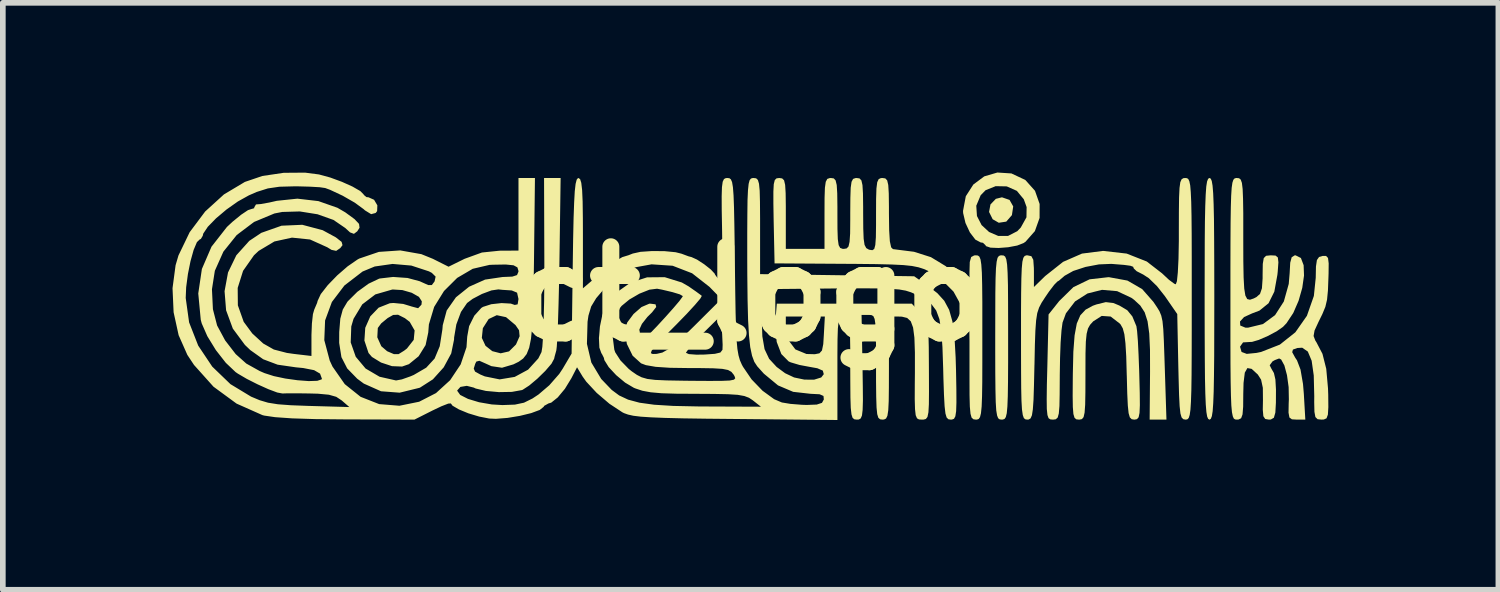
<source format=kicad_pcb>
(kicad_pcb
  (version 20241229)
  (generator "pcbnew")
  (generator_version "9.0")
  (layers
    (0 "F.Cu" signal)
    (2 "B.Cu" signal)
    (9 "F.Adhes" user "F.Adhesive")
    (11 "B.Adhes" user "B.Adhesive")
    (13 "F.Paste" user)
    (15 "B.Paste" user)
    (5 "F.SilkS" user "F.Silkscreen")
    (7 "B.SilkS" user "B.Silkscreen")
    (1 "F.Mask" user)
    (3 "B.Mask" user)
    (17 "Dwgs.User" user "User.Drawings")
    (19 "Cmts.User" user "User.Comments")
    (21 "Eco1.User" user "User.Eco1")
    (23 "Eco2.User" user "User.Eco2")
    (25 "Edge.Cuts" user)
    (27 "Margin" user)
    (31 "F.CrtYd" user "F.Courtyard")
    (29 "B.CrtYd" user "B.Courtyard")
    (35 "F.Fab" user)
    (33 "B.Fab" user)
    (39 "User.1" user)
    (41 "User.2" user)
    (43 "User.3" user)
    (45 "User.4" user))
  (footprint "ct_logo"
    (layer "F.Cu")
    (at 10.216 2.147)
    (property "Reference" "ct_logo" (at 0 0 0) (layer "F.SilkS") (effects (font (size 1.524 1.524) (thickness 0.3))))
    (attr board_only exclude_from_pos_files exclude_from_bom)
    (fp_poly (pts (xy 4.581 -1.663) (xy 4.646 -1.548) (xy 4.623 -1.395) (xy 4.623 -1.394) (xy 4.523 -1.279) (xy 4.391 -1.259) (xy 4.283 -1.321) (xy 4.219 -1.45) (xy 4.244 -1.583) (xy 4.339 -1.682) (xy 4.447 -1.709)) (stroke (width 0) (type solid)) (fill yes) (layer "F.SilkS"))
    (fp_poly (pts (xy 4.477 -0.68) (xy 4.504 -0.66) (xy 4.524 -0.611) (xy 4.538 -0.52) (xy 4.547 -0.373) (xy 4.553 -0.159) (xy 4.555 0.137) (xy 4.556 0.527) (xy 4.556 0.769) (xy 4.556 1.212) (xy 4.554 1.555) (xy 4.55 1.81) (xy 4.543 1.99) (xy 4.532 2.108) (xy 4.515 2.177) (xy 4.492 2.21) (xy 4.461 2.22) (xy 4.442 2.221) (xy 4.407 2.217) (xy 4.38 2.197) (xy 4.361 2.148) (xy 4.346 2.057) (xy 4.337 1.911) (xy 4.332 1.696) (xy 4.329 1.4) (xy 4.328 1.011) (xy 4.328 0.769) (xy 4.329 0.325) (xy 4.33 -0.017) (xy 4.334 -0.272) (xy 4.341 -0.452) (xy 4.353 -0.57) (xy 4.369 -0.639) (xy 4.393 -0.672) (xy 4.423 -0.683) (xy 4.442 -0.683)) (stroke (width 0) (type solid)) (fill yes) (layer "F.SilkS"))
    (fp_poly (pts (xy 8.138 -2.039) (xy 8.156 -1.997) (xy 8.17 -1.915) (xy 8.181 -1.782) (xy 8.189 -1.588) (xy 8.195 -1.323) (xy 8.198 -0.977) (xy 8.2 -0.538) (xy 8.201 0.002) (xy 8.201 0.085) (xy 8.2 0.641) (xy 8.199 1.093) (xy 8.195 1.452) (xy 8.19 1.727) (xy 8.182 1.93) (xy 8.172 2.071) (xy 8.158 2.159) (xy 8.14 2.206) (xy 8.119 2.221) (xy 8.115 2.221) (xy 8.093 2.209) (xy 8.075 2.168) (xy 8.061 2.086) (xy 8.05 1.953) (xy 8.042 1.759) (xy 8.036 1.494) (xy 8.033 1.148) (xy 8.031 0.709) (xy 8.03 0.169) (xy 8.03 0.085) (xy 8.031 -0.47) (xy 8.032 -0.922) (xy 8.035 -1.281) (xy 8.041 -1.556) (xy 8.049 -1.759) (xy 8.059 -1.9) (xy 8.073 -1.988) (xy 8.091 -2.035) (xy 8.112 -2.05) (xy 8.115 -2.05)) (stroke (width 0) (type solid)) (fill yes) (layer "F.SilkS"))
    (fp_poly (pts (xy 4.614 -2.131) (xy 4.855 -2.018) (xy 4.864 -2.011) (xy 5.031 -1.824) (xy 5.113 -1.591) (xy 5.112 -1.344) (xy 5.029 -1.111) (xy 4.864 -0.924) (xy 4.829 -0.9) (xy 4.716 -0.856) (xy 4.556 -0.826) (xy 4.387 -0.813) (xy 4.244 -0.819) (xy 4.164 -0.846) (xy 4.157 -0.861) (xy 4.111 -0.905) (xy 4.071 -0.911) (xy 3.977 -0.961) (xy 3.88 -1.088) (xy 3.802 -1.255) (xy 3.761 -1.429) (xy 3.759 -1.469) (xy 3.776 -1.56) (xy 3.993 -1.56) (xy 4.005 -1.378) (xy 4.087 -1.218) (xy 4.219 -1.096) (xy 4.381 -1.026) (xy 4.554 -1.026) (xy 4.718 -1.11) (xy 4.78 -1.175) (xy 4.88 -1.355) (xy 4.883 -1.536) (xy 4.833 -1.674) (xy 4.71 -1.823) (xy 4.532 -1.902) (xy 4.336 -1.906) (xy 4.157 -1.834) (xy 4.071 -1.746) (xy 3.993 -1.56) (xy 3.776 -1.56) (xy 3.808 -1.728) (xy 3.941 -1.935) (xy 4.134 -2.079) (xy 4.366 -2.147)) (stroke (width 0) (type solid)) (fill yes) (layer "F.SilkS"))
    (fp_poly (pts (xy 6.343 -0.296) (xy 6.665 -0.237) (xy 6.926 -0.086) (xy 7.123 0.138) (xy 7.185 0.23) (xy 7.231 0.304) (xy 7.263 0.382) (xy 7.285 0.481) (xy 7.299 0.623) (xy 7.309 0.826) (xy 7.319 1.11) (xy 7.327 1.353) (xy 7.355 2.221) (xy 7.058 2.221) (xy 7.065 1.374) (xy 7.064 0.988) (xy 7.051 0.698) (xy 7.021 0.483) (xy 6.97 0.324) (xy 6.892 0.204) (xy 6.783 0.103) (xy 6.735 0.068) (xy 6.483 -0.05) (xy 6.216 -0.073) (xy 5.96 -0.009) (xy 5.739 0.132) (xy 5.578 0.342) (xy 5.518 0.506) (xy 5.5 0.641) (xy 5.484 0.86) (xy 5.474 1.135) (xy 5.469 1.436) (xy 5.469 1.466) (xy 5.467 1.772) (xy 5.463 1.981) (xy 5.452 2.113) (xy 5.432 2.185) (xy 5.399 2.215) (xy 5.352 2.221) (xy 5.347 2.221) (xy 5.302 2.217) (xy 5.271 2.196) (xy 5.251 2.14) (xy 5.24 2.034) (xy 5.238 1.861) (xy 5.241 1.604) (xy 5.249 1.291) (xy 5.271 0.362) (xy 5.459 0.125) (xy 5.71 -0.121) (xy 5.996 -0.259) (xy 6.328 -0.297)) (stroke (width 0) (type solid)) (fill yes) (layer "F.SilkS"))
    (fp_poly (pts (xy 6.417 0.16) (xy 6.522 0.204) (xy 6.662 0.287) (xy 6.752 0.397) (xy 6.824 0.57) (xy 6.836 0.656) (xy 6.85 0.832) (xy 6.862 1.075) (xy 6.873 1.361) (xy 6.875 1.438) (xy 6.883 1.75) (xy 6.885 1.966) (xy 6.879 2.103) (xy 6.863 2.18) (xy 6.834 2.213) (xy 6.792 2.221) (xy 6.784 2.221) (xy 6.74 2.214) (xy 6.708 2.182) (xy 6.686 2.107) (xy 6.672 1.972) (xy 6.662 1.76) (xy 6.654 1.451) (xy 6.653 1.43) (xy 6.644 1.103) (xy 6.63 0.87) (xy 6.611 0.712) (xy 6.583 0.608) (xy 6.544 0.539) (xy 6.531 0.524) (xy 6.369 0.399) (xy 6.21 0.388) (xy 6.059 0.485) (xy 6.005 0.545) (xy 5.968 0.61) (xy 5.944 0.703) (xy 5.93 0.843) (xy 5.924 1.052) (xy 5.923 1.349) (xy 5.923 1.421) (xy 5.922 1.737) (xy 5.918 1.957) (xy 5.908 2.097) (xy 5.89 2.177) (xy 5.861 2.212) (xy 5.818 2.221) (xy 5.807 2.221) (xy 5.761 2.216) (xy 5.73 2.189) (xy 5.71 2.122) (xy 5.7 1.999) (xy 5.697 1.802) (xy 5.699 1.514) (xy 5.7 1.41) (xy 5.709 1.022) (xy 5.731 0.732) (xy 5.77 0.522) (xy 5.833 0.376) (xy 5.926 0.277) (xy 6.053 0.208) (xy 6.117 0.185) (xy 6.283 0.144)) (stroke (width 0) (type solid)) (fill yes) (layer "F.SilkS"))
    (fp_poly (pts (xy 7.718 -2.047) (xy 7.741 -2.032) (xy 7.76 -1.992) (xy 7.775 -1.919) (xy 7.785 -1.8) (xy 7.793 -1.626) (xy 7.798 -1.385) (xy 7.801 -1.067) (xy 7.802 -0.661) (xy 7.802 -0.156) (xy 7.802 0.085) (xy 7.802 0.635) (xy 7.801 1.081) (xy 7.799 1.434) (xy 7.795 1.706) (xy 7.788 1.907) (xy 7.779 2.047) (xy 7.766 2.138) (xy 7.749 2.191) (xy 7.728 2.214) (xy 7.701 2.221) (xy 7.693 2.221) (xy 7.653 2.214) (xy 7.623 2.183) (xy 7.602 2.112) (xy 7.588 1.984) (xy 7.578 1.783) (xy 7.57 1.493) (xy 7.565 1.288) (xy 7.546 0.355) (xy 7.329 0.041) (xy 7.188 -0.138) (xy 7.043 -0.279) (xy 6.945 -0.343) (xy 6.829 -0.402) (xy 6.777 -0.451) (xy 6.777 -0.453) (xy 6.766 -0.481) (xy 6.717 -0.499) (xy 6.605 -0.514) (xy 6.407 -0.53) (xy 6.378 -0.532) (xy 6.162 -0.523) (xy 5.924 -0.478) (xy 5.707 -0.407) (xy 5.555 -0.322) (xy 5.539 -0.308) (xy 5.455 -0.236) (xy 5.426 -0.219) (xy 5.372 -0.164) (xy 5.28 -0.044) (xy 5.211 0.057) (xy 5.148 0.154) (xy 5.103 0.241) (xy 5.071 0.338) (xy 5.051 0.466) (xy 5.038 0.646) (xy 5.029 0.897) (xy 5.022 1.241) (xy 5.021 1.267) (xy 5.013 1.617) (xy 5.005 1.87) (xy 4.993 2.04) (xy 4.977 2.144) (xy 4.953 2.199) (xy 4.92 2.219) (xy 4.893 2.221) (xy 4.86 2.216) (xy 4.834 2.194) (xy 4.815 2.14) (xy 4.801 2.042) (xy 4.792 1.887) (xy 4.787 1.663) (xy 4.785 1.355) (xy 4.784 0.951) (xy 4.784 0.769) (xy 4.784 0.325) (xy 4.786 -0.017) (xy 4.79 -0.272) (xy 4.797 -0.452) (xy 4.808 -0.57) (xy 4.825 -0.639) (xy 4.848 -0.672) (xy 4.879 -0.683) (xy 4.898 -0.683) (xy 4.967 -0.668) (xy 5.001 -0.604) (xy 5.011 -0.462) (xy 5.012 -0.403) (xy 5.012 -0.123) (xy 5.211 -0.317) (xy 5.528 -0.568) (xy 5.862 -0.714) (xy 6.231 -0.761) (xy 6.24 -0.761) (xy 6.652 -0.714) (xy 7.007 -0.574) (xy 7.277 -0.365) (xy 7.399 -0.251) (xy 7.494 -0.181) (xy 7.52 -0.171) (xy 7.54 -0.225) (xy 7.556 -0.38) (xy 7.568 -0.621) (xy 7.574 -0.934) (xy 7.574 -1.111) (xy 7.575 -1.457) (xy 7.578 -1.706) (xy 7.586 -1.874) (xy 7.6 -1.976) (xy 7.623 -2.028) (xy 7.656 -2.048) (xy 7.688 -2.05)) (stroke (width 0) (type solid)) (fill yes) (layer "F.SilkS"))
    (fp_poly (pts (xy 2.385 -2.043) (xy 2.418 -2.008) (xy 2.437 -1.926) (xy 2.446 -1.777) (xy 2.449 -1.542) (xy 2.449 -1.424) (xy 2.453 -1.127) (xy 2.465 -0.932) (xy 2.488 -0.825) (xy 2.52 -0.793) (xy 2.892 -0.746) (xy 3.191 -0.651) (xy 3.453 -0.492) (xy 3.659 -0.311) (xy 3.873 -0.101) (xy 3.873 -0.392) (xy 3.878 -0.565) (xy 3.903 -0.653) (xy 3.957 -0.682) (xy 3.987 -0.683) (xy 4.021 -0.68) (xy 4.048 -0.66) (xy 4.068 -0.611) (xy 4.082 -0.52) (xy 4.092 -0.373) (xy 4.097 -0.159) (xy 4.1 0.137) (xy 4.1 0.527) (xy 4.1 0.769) (xy 4.1 1.212) (xy 4.099 1.555) (xy 4.095 1.81) (xy 4.088 1.99) (xy 4.076 2.108) (xy 4.059 2.177) (xy 4.036 2.21) (xy 4.006 2.22) (xy 3.987 2.221) (xy 3.942 2.215) (xy 3.911 2.187) (xy 3.891 2.118) (xy 3.879 1.991) (xy 3.874 1.791) (xy 3.873 1.498) (xy 3.873 1.395) (xy 3.873 1.066) (xy 3.873 0.831) (xy 3.871 0.67) (xy 3.865 0.562) (xy 3.853 0.489) (xy 3.834 0.43) (xy 3.807 0.364) (xy 3.779 0.3) (xy 3.591 -0.041) (xy 3.344 -0.289) (xy 3.16 -0.399) (xy 3.067 -0.441) (xy 2.971 -0.472) (xy 2.856 -0.495) (xy 2.704 -0.511) (xy 2.497 -0.521) (xy 2.218 -0.528) (xy 1.85 -0.532) (xy 1.663 -0.533) (xy 0.427 -0.541) (xy 0.411 -1.296) (xy 0.406 -1.601) (xy 0.406 -1.81) (xy 0.413 -1.942) (xy 0.431 -2.014) (xy 0.462 -2.044) (xy 0.508 -2.05) (xy 0.511 -2.05) (xy 0.561 -2.043) (xy 0.595 -2.01) (xy 0.614 -1.929) (xy 0.623 -1.783) (xy 0.626 -1.55) (xy 0.626 -1.424) (xy 0.626 -0.797) (xy 1.31 -0.797) (xy 1.31 -1.424) (xy 1.311 -1.698) (xy 1.317 -1.878) (xy 1.332 -1.983) (xy 1.359 -2.034) (xy 1.402 -2.049) (xy 1.424 -2.05) (xy 1.474 -2.043) (xy 1.506 -2.008) (xy 1.526 -1.926) (xy 1.535 -1.777) (xy 1.538 -1.542) (xy 1.538 -1.424) (xy 1.539 -1.15) (xy 1.545 -0.97) (xy 1.56 -0.864) (xy 1.587 -0.814) (xy 1.63 -0.798) (xy 1.652 -0.797) (xy 1.701 -0.805) (xy 1.734 -0.839) (xy 1.753 -0.921) (xy 1.763 -1.07) (xy 1.765 -1.306) (xy 1.765 -1.424) (xy 1.767 -1.698) (xy 1.773 -1.878) (xy 1.788 -1.983) (xy 1.815 -2.034) (xy 1.858 -2.049) (xy 1.879 -2.05) (xy 1.929 -2.043) (xy 1.962 -2.008) (xy 1.981 -1.925) (xy 1.99 -1.776) (xy 1.993 -1.539) (xy 1.993 -1.43) (xy 1.995 -1.157) (xy 2.002 -0.976) (xy 2.018 -0.868) (xy 2.048 -0.811) (xy 2.093 -0.785) (xy 2.107 -0.781) (xy 2.156 -0.774) (xy 2.189 -0.796) (xy 2.208 -0.866) (xy 2.218 -1.001) (xy 2.221 -1.221) (xy 2.221 -1.401) (xy 2.222 -1.681) (xy 2.228 -1.866) (xy 2.242 -1.976) (xy 2.268 -2.031) (xy 2.308 -2.049) (xy 2.335 -2.05)) (stroke (width 0) (type solid)) (fill yes) (layer "F.SilkS"))
    (fp_poly (pts (xy 8.639 -2.046) (xy 8.668 -2.022) (xy 8.689 -1.963) (xy 8.702 -1.855) (xy 8.709 -1.683) (xy 8.713 -1.431) (xy 8.713 -1.084) (xy 8.713 -0.968) (xy 8.714 -0.581) (xy 8.719 -0.294) (xy 8.73 -0.096) (xy 8.75 0.028) (xy 8.783 0.09) (xy 8.831 0.102) (xy 8.898 0.079) (xy 8.945 0.055) (xy 9.009 -0.001) (xy 9.043 -0.101) (xy 9.055 -0.275) (xy 9.055 -0.344) (xy 9.058 -0.532) (xy 9.075 -0.634) (xy 9.116 -0.675) (xy 9.195 -0.683) (xy 9.203 -0.683) (xy 9.283 -0.679) (xy 9.324 -0.646) (xy 9.334 -0.56) (xy 9.322 -0.393) (xy 9.316 -0.338) (xy 9.262 -0.041) (xy 9.16 0.164) (xy 8.999 0.294) (xy 8.87 0.343) (xy 8.727 0.408) (xy 8.655 0.487) (xy 8.66 0.558) (xy 8.75 0.595) (xy 8.797 0.596) (xy 9.061 0.532) (xy 9.275 0.374) (xy 9.43 0.133) (xy 9.517 -0.178) (xy 9.533 -0.368) (xy 9.543 -0.553) (xy 9.569 -0.649) (xy 9.62 -0.682) (xy 9.638 -0.683) (xy 9.732 -0.636) (xy 9.78 -0.509) (xy 9.787 -0.326) (xy 9.756 -0.108) (xy 9.691 0.12) (xy 9.597 0.336) (xy 9.477 0.517) (xy 9.415 0.582) (xy 9.303 0.66) (xy 9.146 0.743) (xy 8.987 0.812) (xy 8.868 0.847) (xy 8.843 0.848) (xy 8.709 0.856) (xy 8.657 0.93) (xy 8.657 0.936) (xy 8.683 1.025) (xy 8.774 1.059) (xy 8.946 1.042) (xy 9.028 1.025) (xy 9.36 0.895) (xy 9.634 0.677) (xy 9.838 0.386) (xy 9.961 0.035) (xy 9.994 -0.285) (xy 9.998 -0.486) (xy 10.015 -0.6) (xy 10.053 -0.654) (xy 10.114 -0.672) (xy 10.176 -0.673) (xy 10.211 -0.637) (xy 10.223 -0.541) (xy 10.221 -0.361) (xy 10.219 -0.302) (xy 10.21 -0.063) (xy 10.194 0.101) (xy 10.164 0.228) (xy 10.111 0.356) (xy 10.044 0.492) (xy 9.973 0.646) (xy 9.956 0.743) (xy 9.987 0.824) (xy 10.006 0.853) (xy 10.113 1.058) (xy 10.18 1.323) (xy 10.211 1.669) (xy 10.215 1.78) (xy 10.217 2.001) (xy 10.209 2.133) (xy 10.185 2.198) (xy 10.138 2.219) (xy 10.094 2.221) (xy 10.027 2.214) (xy 9.988 2.176) (xy 9.971 2.084) (xy 9.967 1.913) (xy 9.968 1.808) (xy 9.959 1.441) (xy 9.922 1.18) (xy 9.854 1.018) (xy 9.755 0.95) (xy 9.669 0.955) (xy 9.591 0.983) (xy 9.578 1.029) (xy 9.631 1.126) (xy 9.663 1.174) (xy 9.725 1.336) (xy 9.769 1.591) (xy 9.784 1.77) (xy 9.81 2.221) (xy 9.657 2.221) (xy 9.573 2.216) (xy 9.529 2.184) (xy 9.513 2.098) (xy 9.516 1.933) (xy 9.519 1.864) (xy 9.515 1.646) (xy 9.486 1.436) (xy 9.44 1.264) (xy 9.383 1.159) (xy 9.347 1.14) (xy 9.273 1.168) (xy 9.23 1.192) (xy 9.18 1.26) (xy 9.21 1.32) (xy 9.255 1.398) (xy 9.281 1.512) (xy 9.291 1.688) (xy 9.29 1.922) (xy 9.28 2.098) (xy 9.254 2.188) (xy 9.201 2.219) (xy 9.166 2.221) (xy 9.101 2.21) (xy 9.068 2.161) (xy 9.058 2.046) (xy 9.061 1.88) (xy 9.059 1.659) (xy 9.028 1.515) (xy 8.97 1.424) (xy 8.861 1.324) (xy 8.786 1.31) (xy 8.74 1.391) (xy 8.718 1.572) (xy 8.713 1.765) (xy 8.711 1.992) (xy 8.7 2.129) (xy 8.675 2.197) (xy 8.63 2.219) (xy 8.6 2.221) (xy 8.57 2.218) (xy 8.546 2.203) (xy 8.528 2.163) (xy 8.513 2.09) (xy 8.502 1.971) (xy 8.495 1.797) (xy 8.49 1.556) (xy 8.487 1.238) (xy 8.486 0.832) (xy 8.486 0.327) (xy 8.486 0.085) (xy 8.486 -0.464) (xy 8.487 -0.909) (xy 8.489 -1.263) (xy 8.493 -1.534) (xy 8.499 -1.735) (xy 8.508 -1.876) (xy 8.521 -1.967) (xy 8.538 -2.019) (xy 8.56 -2.043) (xy 8.587 -2.05) (xy 8.6 -2.05)) (stroke (width 0) (type solid)) (fill yes) (layer "F.SilkS"))
    (fp_poly (pts (xy -7.627 -2.113) (xy -7.429 -2.059) (xy -7.222 -1.983) (xy -7.035 -1.899) (xy -6.896 -1.819) (xy -6.835 -1.757) (xy -6.834 -1.751) (xy -6.788 -1.713) (xy -6.751 -1.709) (xy -6.653 -1.665) (xy -6.595 -1.567) (xy -6.599 -1.465) (xy -6.625 -1.432) (xy -6.705 -1.411) (xy -6.814 -1.478) (xy -6.837 -1.499) (xy -6.994 -1.614) (xy -7.208 -1.737) (xy -7.43 -1.841) (xy -7.517 -1.873) (xy -7.613 -1.887) (xy -7.787 -1.897) (xy -8.008 -1.903) (xy -8.059 -1.903) (xy -8.326 -1.896) (xy -8.531 -1.866) (xy -8.727 -1.804) (xy -8.867 -1.743) (xy -9.061 -1.635) (xy -9.262 -1.493) (xy -9.447 -1.337) (xy -9.592 -1.188) (xy -9.673 -1.067) (xy -9.682 -1.028) (xy -9.717 -0.97) (xy -9.731 -0.968) (xy -9.785 -0.916) (xy -9.843 -0.778) (xy -9.898 -0.581) (xy -9.944 -0.352) (xy -9.975 -0.119) (xy -9.983 0.07) (xy -9.923 0.502) (xy -9.762 0.913) (xy -9.514 1.284) (xy -9.192 1.594) (xy -8.827 1.815) (xy -8.676 1.878) (xy -8.528 1.922) (xy -8.353 1.95) (xy -8.124 1.967) (xy -7.809 1.979) (xy -7.802 1.979) (xy -7.09 1.999) (xy -7.225 1.882) (xy -7.322 1.818) (xy -7.452 1.781) (xy -7.646 1.763) (xy -7.794 1.759) (xy -8.008 1.756) (xy -8.177 1.756) (xy -8.268 1.759) (xy -8.274 1.759) (xy -8.365 1.742) (xy -8.522 1.683) (xy -8.713 1.597) (xy -8.903 1.501) (xy -9.06 1.409) (xy -9.101 1.381) (xy -9.274 1.217) (xy -9.45 0.992) (xy -9.601 0.746) (xy -9.7 0.52) (xy -9.717 0.456) (xy -9.761 -0.009) (xy -9.697 -0.442) (xy -9.527 -0.836) (xy -9.254 -1.185) (xy -9.155 -1.277) (xy -9.003 -1.401) (xy -8.882 -1.482) (xy -8.818 -1.503) (xy -8.817 -1.503) (xy -8.773 -1.516) (xy -8.77 -1.534) (xy -8.74 -1.584) (xy -8.728 -1.584) (xy -8.653 -1.59) (xy -8.504 -1.617) (xy -8.372 -1.647) (xy -8.009 -1.685) (xy -7.638 -1.642) (xy -7.301 -1.524) (xy -7.162 -1.443) (xy -6.998 -1.323) (xy -6.919 -1.239) (xy -6.91 -1.171) (xy -6.95 -1.108) (xy -7.009 -1.063) (xy -7.078 -1.089) (xy -7.162 -1.166) (xy -7.371 -1.309) (xy -7.652 -1.409) (xy -7.966 -1.459) (xy -8.276 -1.45) (xy -8.415 -1.423) (xy -8.775 -1.273) (xy -9.081 -1.042) (xy -9.317 -0.748) (xy -9.468 -0.41) (xy -9.519 -0.083) (xy -9.502 0.27) (xy -9.428 0.557) (xy -9.287 0.819) (xy -9.282 0.826) (xy -9.099 1.063) (xy -8.912 1.23) (xy -8.677 1.361) (xy -8.59 1.399) (xy -8.425 1.452) (xy -8.221 1.495) (xy -8.006 1.525) (xy -7.809 1.54) (xy -7.657 1.535) (xy -7.58 1.51) (xy -7.575 1.498) (xy -7.608 1.408) (xy -7.713 1.347) (xy -7.907 1.309) (xy -8.033 1.297) (xy -8.358 1.25) (xy -8.613 1.154) (xy -8.841 0.992) (xy -8.936 0.901) (xy -9.15 0.612) (xy -9.269 0.288) (xy -9.296 -0.049) (xy -9.235 -0.38) (xy -9.088 -0.684) (xy -8.859 -0.939) (xy -8.646 -1.081) (xy -8.288 -1.207) (xy -7.922 -1.223) (xy -7.563 -1.128) (xy -7.329 -1.001) (xy -7.227 -0.921) (xy -7.211 -0.863) (xy -7.251 -0.811) (xy -7.323 -0.762) (xy -7.406 -0.78) (xy -7.481 -0.826) (xy -7.785 -0.963) (xy -8.104 -0.996) (xy -8.415 -0.928) (xy -8.693 -0.762) (xy -8.776 -0.684) (xy -8.969 -0.409) (xy -9.064 -0.107) (xy -9.061 0.201) (xy -8.958 0.492) (xy -8.806 0.698) (xy -8.612 0.876) (xy -8.425 0.982) (xy -8.194 1.042) (xy -8.068 1.06) (xy -7.76 1.096) (xy -7.76 0.816) (xy -7.533 0.816) (xy -7.437 1.177) (xy -7.388 1.283) (xy -7.171 1.594) (xy -6.891 1.818) (xy -6.563 1.947) (xy -6.205 1.976) (xy -5.856 1.905) (xy -5.558 1.752) (xy -5.308 1.524) (xy -5.122 1.245) (xy -5.019 0.941) (xy -5.008 0.776) (xy -4.748 0.776) (xy -4.683 0.916) (xy -4.563 1.011) (xy -4.415 1.049) (xy -4.267 1.015) (xy -4.148 0.897) (xy -4.143 0.89) (xy -4.08 0.747) (xy -4.09 0.642) (xy -4.153 0.55) (xy -4.32 0.41) (xy -4.484 0.375) (xy -4.627 0.443) (xy -4.73 0.605) (xy -4.748 0.776) (xy -5.008 0.776) (xy -5.006 0.751) (xy -4.973 0.569) (xy -4.881 0.384) (xy -4.757 0.247) (xy -4.727 0.228) (xy -4.581 0.181) (xy -4.399 0.161) (xy -4.236 0.17) (xy -4.166 0.194) (xy -4.115 0.183) (xy -4.1 0.089) (xy -4.125 -0.023) (xy -4.218 -0.062) (xy -4.243 -0.064) (xy -4.382 -0.073) (xy -4.456 -0.081) (xy -4.578 -0.063) (xy -4.746 -0.000163) (xy -4.91 0.086) (xy -5.009 0.16) (xy -5.117 0.318) (xy -5.199 0.539) (xy -5.238 0.769) (xy -5.239 0.806) (xy -5.289 1.051) (xy -5.422 1.297) (xy -5.613 1.509) (xy -5.837 1.653) (xy -5.85 1.659) (xy -6.201 1.745) (xy -6.53 1.72) (xy -6.835 1.584) (xy -6.951 1.498) (xy -7.128 1.316) (xy -7.23 1.117) (xy -7.27 0.865) (xy -7.27 0.856) (xy -7.066 0.856) (xy -6.977 1.11) (xy -6.803 1.318) (xy -6.556 1.463) (xy -6.265 1.529) (xy -6.162 1.51) (xy -6.009 1.456) (xy -5.951 1.431) (xy -5.731 1.303) (xy -5.583 1.142) (xy -5.492 0.924) (xy -5.445 0.625) (xy -5.439 0.552) (xy -5.369 0.292) (xy -5.206 0.059) (xy -4.973 -0.128) (xy -4.691 -0.254) (xy -4.381 -0.3) (xy -4.379 -0.3) (xy -4.209 -0.307) (xy -4.126 -0.334) (xy -4.101 -0.393) (xy -4.1 -0.406) (xy -4.119 -0.47) (xy -4.187 -0.507) (xy -4.325 -0.521) (xy -4.553 -0.517) (xy -4.613 -0.514) (xy -4.909 -0.445) (xy -5.184 -0.284) (xy -5.417 -0.052) (xy -5.591 0.229) (xy -5.684 0.538) (xy -5.695 0.681) (xy -5.742 0.903) (xy -5.865 1.101) (xy -6.037 1.241) (xy -6.158 1.283) (xy -6.336 1.276) (xy -6.53 1.212) (xy -6.691 1.113) (xy -6.751 1.043) (xy -6.824 0.823) (xy -6.82 0.766) (xy -6.596 0.766) (xy -6.525 0.924) (xy -6.422 1.012) (xy -6.301 1.064) (xy -6.219 1.063) (xy -6.121 1.002) (xy -6.072 0.964) (xy -5.952 0.811) (xy -5.936 0.645) (xy -6.023 0.493) (xy -6.108 0.428) (xy -6.229 0.367) (xy -6.316 0.371) (xy -6.413 0.426) (xy -6.527 0.52) (xy -6.587 0.601) (xy -6.596 0.766) (xy -6.82 0.766) (xy -6.809 0.598) (xy -6.72 0.396) (xy -6.572 0.242) (xy -6.375 0.164) (xy -6.31 0.159) (xy -6.138 0.176) (xy -5.999 0.218) (xy -5.994 0.22) (xy -5.874 0.252) (xy -5.815 0.189) (xy -5.809 0.13) (xy -5.86 0.051) (xy -5.987 -0.021) (xy -6.153 -0.069) (xy -6.321 -0.079) (xy -6.333 -0.078) (xy -6.631 0.008) (xy -6.862 0.184) (xy -7.016 0.439) (xy -7.056 0.574) (xy -7.066 0.856) (xy -7.27 0.856) (xy -7.269 0.671) (xy -7.25 0.437) (xy -7.206 0.275) (xy -7.127 0.142) (xy -7.116 0.128) (xy -6.949 -0.038) (xy -6.75 -0.182) (xy -6.565 -0.27) (xy -6.549 -0.274) (xy -6.317 -0.301) (xy -6.062 -0.283) (xy -5.846 -0.225) (xy -5.822 -0.214) (xy -5.697 -0.158) (xy -5.632 -0.158) (xy -5.587 -0.217) (xy -5.583 -0.224) (xy -5.565 -0.307) (xy -5.632 -0.373) (xy -5.683 -0.4) (xy -5.994 -0.502) (xy -6.326 -0.531) (xy -6.641 -0.486) (xy -6.856 -0.397) (xy -7.177 -0.15) (xy -7.399 0.142) (xy -7.519 0.468) (xy -7.533 0.816) (xy -7.76 0.816) (xy -7.76 0.725) (xy -7.752 0.521) (xy -7.734 0.357) (xy -7.711 0.277) (xy -7.66 0.158) (xy -7.651 0.122) (xy -7.595 0.002) (xy -7.471 -0.157) (xy -7.304 -0.329) (xy -7.121 -0.488) (xy -6.946 -0.609) (xy -6.915 -0.626) (xy -6.568 -0.744) (xy -6.19 -0.77) (xy -5.817 -0.704) (xy -5.615 -0.622) (xy -5.336 -0.482) (xy -5.052 -0.622) (xy -4.746 -0.733) (xy -4.434 -0.765) (xy -4.1 -0.767) (xy -4.1 -2.05) (xy -3.809 -2.05) (xy -3.826 -0.584) (xy -3.833 -0.102) (xy -3.842 0.279) (xy -3.857 0.572) (xy -3.879 0.792) (xy -3.911 0.951) (xy -3.956 1.063) (xy -4.017 1.141) (xy -4.096 1.198) (xy -4.189 1.244) (xy -4.391 1.304) (xy -4.579 1.276) (xy -4.68 1.23) (xy -4.791 1.181) (xy -4.845 1.195) (xy -4.865 1.235) (xy -4.891 1.319) (xy -4.868 1.372) (xy -4.774 1.424) (xy -4.695 1.457) (xy -4.433 1.51) (xy -4.167 1.466) (xy -3.93 1.338) (xy -3.749 1.139) (xy -3.693 1.027) (xy -3.678 0.933) (xy -3.665 0.741) (xy -3.655 0.469) (xy -3.647 0.133) (xy -3.643 -0.249) (xy -3.643 -0.582) (xy -3.648 -2.05) (xy -3.355 -2.05) (xy -3.376 -0.584) (xy -3.383 -0.181) (xy -3.392 0.189) (xy -3.402 0.508) (xy -3.412 0.761) (xy -3.423 0.93) (xy -3.431 0.997) (xy -3.461 1.105) (xy -3.47 1.146) (xy -3.517 1.233) (xy -3.626 1.36) (xy -3.767 1.498) (xy -3.91 1.618) (xy -4.025 1.693) (xy -4.04 1.699) (xy -4.218 1.731) (xy -4.446 1.735) (xy -4.676 1.714) (xy -4.857 1.671) (xy -4.891 1.655) (xy -5.014 1.624) (xy -5.127 1.643) (xy -5.182 1.704) (xy -5.183 1.712) (xy -5.13 1.785) (xy -4.992 1.855) (xy -4.797 1.914) (xy -4.571 1.953) (xy -4.385 1.964) (xy -4.163 1.956) (xy -4.003 1.922) (xy -3.853 1.848) (xy -3.746 1.777) (xy -3.555 1.614) (xy -3.38 1.414) (xy -3.319 1.322) (xy -3.161 1.054) (xy -3.159 0.881) (xy -2.89 0.881) (xy -2.812 1.212) (xy -2.637 1.503) (xy -2.452 1.696) (xy -2.32 1.794) (xy -2.162 1.868) (xy -1.961 1.922) (xy -1.701 1.958) (xy -1.365 1.979) (xy -0.936 1.988) (xy -0.804 1.989) (xy 0.186 1.993) (xy 0.041 1.879) (xy -0.025 1.835) (xy -0.107 1.804) (xy -0.224 1.783) (xy -0.396 1.772) (xy -0.643 1.767) (xy -0.958 1.765) (xy -1.311 1.763) (xy -1.571 1.755) (xy -1.763 1.738) (xy -1.909 1.711) (xy -2.03 1.671) (xy -2.06 1.659) (xy -2.215 1.567) (xy -2.373 1.435) (xy -2.505 1.293) (xy -2.582 1.169) (xy -2.59 1.13) (xy -2.626 1.058) (xy -2.634 1.049) (xy -2.67 0.949) (xy -2.678 0.778) (xy -2.674 0.739) (xy -2.437 0.739) (xy -2.406 0.984) (xy -2.39 1.031) (xy -2.297 1.175) (xy -2.152 1.324) (xy -2.097 1.368) (xy -2.007 1.43) (xy -1.923 1.473) (xy -1.822 1.502) (xy -1.684 1.519) (xy -1.485 1.528) (xy -1.203 1.533) (xy -1.051 1.535) (xy -0.729 1.537) (xy -0.506 1.536) (xy -0.365 1.53) (xy -0.291 1.515) (xy -0.268 1.49) (xy -0.281 1.452) (xy -0.296 1.426) (xy -0.336 1.377) (xy -0.395 1.344) (xy -0.495 1.324) (xy -0.656 1.314) (xy -0.899 1.31) (xy -1.07 1.31) (xy -1.421 1.305) (xy -1.675 1.288) (xy -1.848 1.258) (xy -1.933 1.226) (xy -2.082 1.091) (xy -2.184 0.883) (xy -2.221 0.642) (xy -2.177 0.503) (xy -2.066 0.354) (xy -1.925 0.231) (xy -1.788 0.172) (xy -1.77 0.171) (xy -1.677 0.183) (xy -1.665 0.23) (xy -1.739 0.325) (xy -1.822 0.407) (xy -1.918 0.529) (xy -1.98 0.665) (xy -2.001 0.782) (xy -1.971 0.849) (xy -1.948 0.854) (xy -1.895 0.815) (xy -1.789 0.712) (xy -1.651 0.569) (xy -1.502 0.407) (xy -1.363 0.251) (xy -1.255 0.124) (xy -1.199 0.047) (xy -1.196 0.037) (xy -1.247 0.007) (xy -1.379 -0.033) (xy -1.561 -0.076) (xy -1.65 -0.093) (xy -1.785 -0.076) (xy -1.963 -0.005) (xy -2.14 0.098) (xy -2.277 0.211) (xy -2.307 0.249) (xy -2.402 0.475) (xy -2.437 0.739) (xy -2.674 0.739) (xy -2.66 0.574) (xy -2.619 0.376) (xy -2.568 0.24) (xy -2.377 -0.019) (xy -2.122 -0.199) (xy -1.827 -0.294) (xy -1.515 -0.297) (xy -1.212 -0.203) (xy -1.092 -0.134) (xy -0.96 -0.042) (xy -0.873 0.022) (xy -0.859 0.034) (xy -0.886 0.082) (xy -0.98 0.193) (xy -1.127 0.353) (xy -1.312 0.543) (xy -1.335 0.566) (xy -1.542 0.775) (xy -1.676 0.916) (xy -1.746 1.002) (xy -1.76 1.047) (xy -1.727 1.061) (xy -1.657 1.059) (xy -1.576 1.04) (xy -1.139 1.04) (xy -1.088 1.063) (xy -0.954 1.073) (xy -0.812 1.071) (xy -0.628 1.058) (xy -0.531 1.035) (xy -0.494 0.987) (xy -0.491 0.9) (xy -0.491 0.897) (xy -0.499 0.72) (xy -0.505 0.557) (xy -0.513 0.374) (xy -0.826 0.683) (xy -0.975 0.836) (xy -1.085 0.961) (xy -1.137 1.034) (xy -1.139 1.04) (xy -1.576 1.04) (xy -1.557 1.036) (xy -1.441 0.971) (xy -1.292 0.85) (xy -1.091 0.662) (xy -0.995 0.568) (xy -0.514 0.089) (xy -0.724 -0.126) (xy -1.031 -0.366) (xy -1.375 -0.499) (xy -1.747 -0.524) (xy -2.022 -0.474) (xy -2.228 -0.394) (xy -2.412 -0.265) (xy -2.574 -0.104) (xy -2.726 0.074) (xy -2.815 0.221) (xy -2.863 0.382) (xy -2.879 0.491) (xy -2.89 0.881) (xy -3.159 0.881) (xy -3.141 -0.498) (xy -3.134 -0.97) (xy -3.126 -1.34) (xy -3.116 -1.618) (xy -3.105 -1.817) (xy -3.09 -1.947) (xy -3.071 -2.021) (xy -3.048 -2.049) (xy -3.041 -2.05) (xy -3.011 -2.031) (xy -2.99 -1.965) (xy -2.975 -1.838) (xy -2.966 -1.635) (xy -2.962 -1.342) (xy -2.961 -1.075) (xy -2.961 -0.1) (xy -2.647 -0.368) (xy -2.483 -0.503) (xy -2.347 -0.603) (xy -2.266 -0.651) (xy -2.263 -0.652) (xy -2.155 -0.685) (xy -2.079 -0.715) (xy -1.942 -0.745) (xy -1.739 -0.759) (xy -1.517 -0.757) (xy -1.322 -0.738) (xy -1.218 -0.712) (xy -1.095 -0.666) (xy -1.041 -0.652) (xy -0.944 -0.608) (xy -0.818 -0.526) (xy -0.701 -0.434) (xy -0.632 -0.36) (xy -0.626 -0.344) (xy -0.582 -0.283) (xy -0.555 -0.27) (xy -0.528 -0.283) (xy -0.509 -0.357) (xy -0.499 -0.504) (xy -0.496 -0.736) (xy -0.5 -1.067) (xy -0.501 -1.146) (xy -0.507 -1.485) (xy -0.508 -1.727) (xy -0.503 -1.888) (xy -0.49 -1.984) (xy -0.467 -2.032) (xy -0.433 -2.049) (xy -0.405 -2.05) (xy -0.371 -2.046) (xy -0.345 -2.026) (xy -0.324 -1.977) (xy -0.309 -1.887) (xy -0.298 -1.743) (xy -0.29 -1.532) (xy -0.284 -1.242) (xy -0.278 -0.86) (xy -0.274 -0.498) (xy -0.268 -0.035) (xy -0.262 0.329) (xy -0.254 0.609) (xy -0.244 0.818) (xy -0.23 0.972) (xy -0.21 1.086) (xy -0.185 1.173) (xy -0.152 1.248) (xy -0.131 1.287) (xy 0.021 1.51) (xy 0.215 1.711) (xy 0.42 1.86) (xy 0.556 1.918) (xy 0.708 1.943) (xy 0.91 1.959) (xy 0.995 1.962) (xy 1.173 1.955) (xy 1.265 1.925) (xy 1.298 1.865) (xy 1.292 1.803) (xy 1.224 1.773) (xy 1.068 1.765) (xy 1.065 1.765) (xy 0.756 1.73) (xy 0.488 1.616) (xy 0.238 1.409) (xy 0.121 1.279) (xy 0.069 1.2) (xy 0.029 1.092) (xy -0.003 0.941) (xy -0.025 0.736) (xy -0.041 0.462) (xy -0.05 0.107) (xy -0.055 -0.341) (xy -0.056 -0.641) (xy -0.056 -1.077) (xy -0.054 -1.412) (xy -0.051 -1.66) (xy -0.043 -1.834) (xy -0.031 -1.947) (xy -0.014 -2.011) (xy 0.01 -2.041) (xy 0.042 -2.05) (xy 0.057 -2.05) (xy 0.101 -2.045) (xy 0.132 -2.016) (xy 0.152 -1.949) (xy 0.164 -1.825) (xy 0.169 -1.627) (xy 0.171 -1.339) (xy 0.171 -1.2) (xy 0.171 -0.351) (xy 1.533 -0.332) (xy 2.895 -0.313) (xy 3.142 -0.141) (xy 3.305 -0.014) (xy 3.427 0.12) (xy 3.514 0.282) (xy 3.572 0.489) (xy 3.608 0.762) (xy 3.628 1.118) (xy 3.635 1.353) (xy 3.641 1.684) (xy 3.642 1.918) (xy 3.637 2.072) (xy 3.623 2.163) (xy 3.599 2.207) (xy 3.563 2.22) (xy 3.542 2.221) (xy 3.5 2.215) (xy 3.469 2.184) (xy 3.448 2.113) (xy 3.433 1.984) (xy 3.422 1.783) (xy 3.412 1.491) (xy 3.408 1.323) (xy 3.395 0.94) (xy 3.375 0.654) (xy 3.341 0.444) (xy 3.285 0.293) (xy 3.202 0.182) (xy 3.084 0.094) (xy 2.925 0.009) (xy 2.924 0.008) (xy 2.838 -0.03) (xy 2.746 -0.059) (xy 2.632 -0.079) (xy 2.479 -0.091) (xy 2.27 -0.098) (xy 1.987 -0.1) (xy 1.614 -0.098) (xy 1.443 -0.097) (xy 0.199 -0.085) (xy 0.2 0.438) (xy 0.211 0.749) (xy 0.25 0.975) (xy 0.331 1.146) (xy 0.464 1.29) (xy 0.614 1.401) (xy 0.773 1.476) (xy 0.955 1.514) (xy 1.126 1.515) (xy 1.252 1.476) (xy 1.297 1.418) (xy 1.28 1.355) (xy 1.183 1.313) (xy 1.054 1.29) (xy 0.868 1.255) (xy 0.713 1.209) (xy 0.676 1.192) (xy 0.547 1.062) (xy 0.465 0.848) (xy 0.438 0.574) (xy 0.438 0.573) (xy 0.626 0.573) (xy 0.67 0.814) (xy 0.795 0.98) (xy 0.991 1.061) (xy 1.139 1.065) (xy 1.22 1.049) (xy 1.265 0.999) (xy 1.288 0.886) (xy 1.298 0.726) (xy 1.316 0.399) (xy 0.626 0.399) (xy 0.626 0.573) (xy 0.438 0.573) (xy 0.442 0.47) (xy 0.467 0.171) (xy 2.853 0.171) (xy 2.993 0.322) (xy 3.051 0.384) (xy 3.093 0.436) (xy 3.121 0.499) (xy 3.139 0.59) (xy 3.148 0.729) (xy 3.153 0.934) (xy 3.155 1.225) (xy 3.156 1.41) (xy 3.157 1.728) (xy 3.155 1.95) (xy 3.147 2.092) (xy 3.13 2.174) (xy 3.102 2.21) (xy 3.059 2.221) (xy 3.031 2.221) (xy 2.98 2.218) (xy 2.945 2.198) (xy 2.922 2.143) (xy 2.91 2.036) (xy 2.905 1.86) (xy 2.906 1.597) (xy 2.908 1.393) (xy 2.908 1.034) (xy 2.899 0.772) (xy 2.876 0.594) (xy 2.835 0.483) (xy 2.771 0.424) (xy 2.678 0.401) (xy 2.613 0.399) (xy 2.449 0.399) (xy 2.449 1.31) (xy 2.448 1.651) (xy 2.445 1.894) (xy 2.437 2.056) (xy 2.422 2.153) (xy 2.398 2.202) (xy 2.363 2.219) (xy 2.335 2.221) (xy 2.293 2.216) (xy 2.262 2.189) (xy 2.242 2.125) (xy 2.23 2.007) (xy 2.224 1.819) (xy 2.221 1.544) (xy 2.221 1.296) (xy 2.221 0.952) (xy 2.218 0.706) (xy 2.211 0.542) (xy 2.196 0.442) (xy 2.173 0.391) (xy 2.139 0.373) (xy 2.093 0.37) (xy 1.965 0.37) (xy 1.982 1.296) (xy 1.987 1.639) (xy 1.989 1.885) (xy 1.984 2.05) (xy 1.972 2.149) (xy 1.95 2.2) (xy 1.917 2.219) (xy 1.882 2.221) (xy 1.838 2.216) (xy 1.807 2.191) (xy 1.787 2.129) (xy 1.774 2.013) (xy 1.768 1.827) (xy 1.766 1.555) (xy 1.765 1.31) (xy 1.765 0.969) (xy 1.761 0.726) (xy 1.753 0.564) (xy 1.738 0.466) (xy 1.715 0.417) (xy 1.68 0.4) (xy 1.652 0.399) (xy 1.609 0.404) (xy 1.579 0.431) (xy 1.558 0.495) (xy 1.546 0.614) (xy 1.54 0.804) (xy 1.538 1.08) (xy 1.538 1.313) (xy 1.538 2.228) (xy -0.271 2.21) (xy -0.781 2.205) (xy -1.189 2.199) (xy -1.51 2.191) (xy -1.755 2.181) (xy -1.937 2.169) (xy -2.069 2.153) (xy -2.163 2.132) (xy -2.233 2.107) (xy -2.263 2.092) (xy -2.492 1.941) (xy -2.718 1.748) (xy -2.902 1.55) (xy -2.966 1.46) (xy -3.065 1.296) (xy -3.164 1.488) (xy -3.279 1.676) (xy -3.406 1.829) (xy -3.521 1.921) (xy -3.569 1.935) (xy -3.646 1.978) (xy -3.655 1.995) (xy -3.724 2.05) (xy -3.875 2.106) (xy -4.076 2.155) (xy -4.294 2.191) (xy -4.499 2.207) (xy -4.617 2.202) (xy -4.796 2.167) (xy -4.986 2.11) (xy -5.153 2.041) (xy -5.266 1.975) (xy -5.296 1.935) (xy -5.342 1.938) (xy -5.462 1.985) (xy -5.618 2.059) (xy -5.939 2.221) (xy -7.17 2.217) (xy -7.692 2.212) (xy -8.102 2.199) (xy -8.402 2.178) (xy -8.594 2.15) (xy -8.628 2.141) (xy -9.084 1.938) (xy -9.492 1.639) (xy -9.836 1.255) (xy -9.954 1.077) (xy -10.108 0.729) (xy -10.197 0.323) (xy -10.216 -0.102) (xy -10.162 -0.508) (xy -10.111 -0.681) (xy -9.913 -1.092) (xy -9.639 -1.458) (xy -9.307 -1.76) (xy -8.937 -1.981) (xy -8.628 -2.086) (xy -8.251 -2.142) (xy -7.872 -2.145)) (stroke (width 0) (type solid)) (fill yes) (layer "F.SilkS")))
  (gr_rect
    (start -3 -3)
    (end 23.439 7.376)
    (stroke (width 0.1) (type default))
    (fill no)
    (layer "Edge.Cuts")))
</source>
